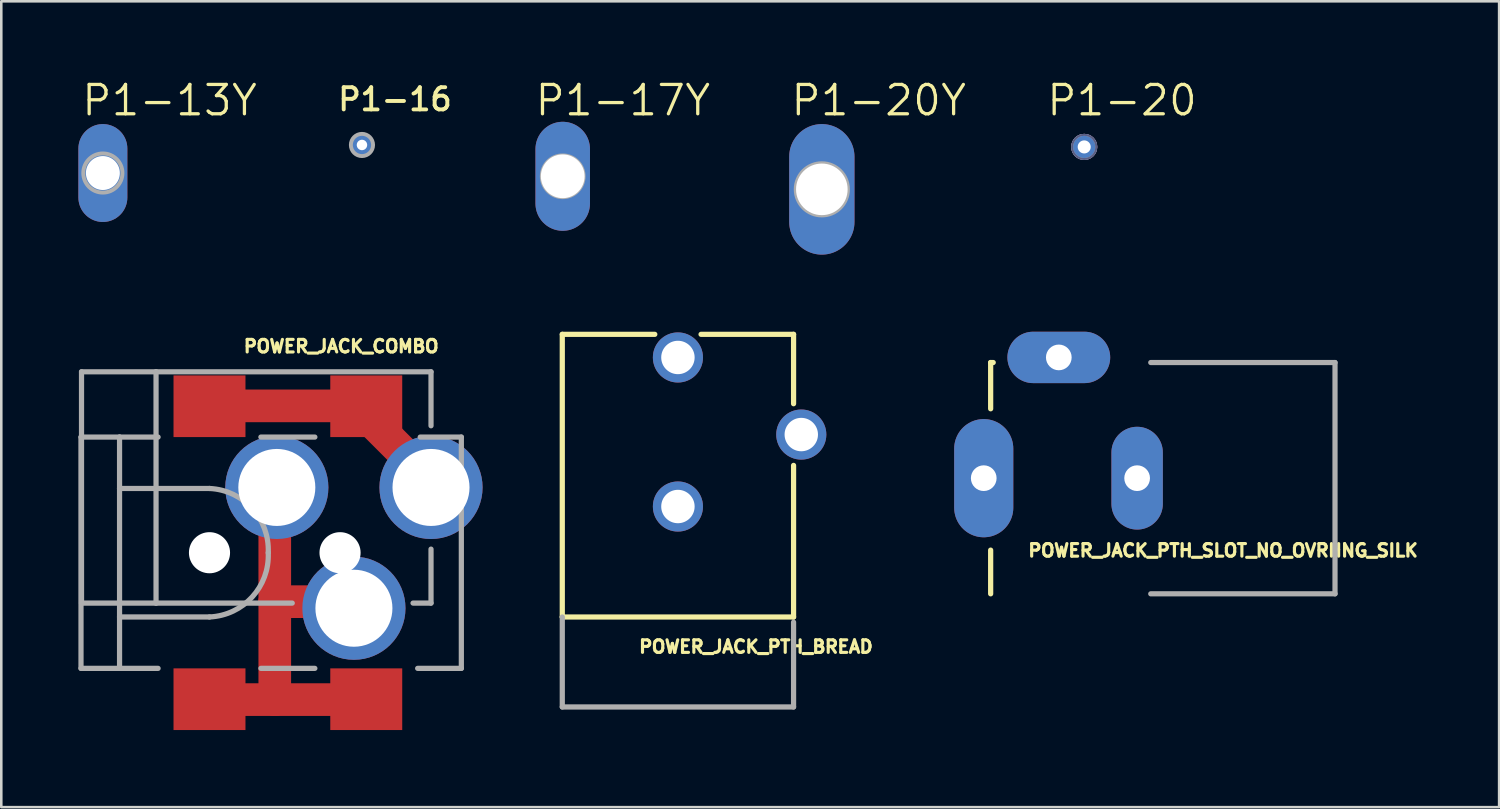
<source format=kicad_pcb>
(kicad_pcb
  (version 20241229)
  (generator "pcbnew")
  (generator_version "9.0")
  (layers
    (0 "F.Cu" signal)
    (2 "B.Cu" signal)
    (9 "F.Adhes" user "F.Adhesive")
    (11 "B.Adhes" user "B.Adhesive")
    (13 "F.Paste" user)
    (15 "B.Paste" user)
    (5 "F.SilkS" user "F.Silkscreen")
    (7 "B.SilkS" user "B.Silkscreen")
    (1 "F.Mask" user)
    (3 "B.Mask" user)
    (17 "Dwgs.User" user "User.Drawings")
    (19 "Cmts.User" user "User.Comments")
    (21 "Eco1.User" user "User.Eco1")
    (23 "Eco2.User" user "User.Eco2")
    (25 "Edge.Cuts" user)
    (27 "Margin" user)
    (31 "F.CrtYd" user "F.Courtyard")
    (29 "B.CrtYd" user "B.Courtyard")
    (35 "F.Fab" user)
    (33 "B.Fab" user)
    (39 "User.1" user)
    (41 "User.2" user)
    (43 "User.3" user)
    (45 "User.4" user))
  (footprint "POWER_JACK_PTH_BREAD"
    (layer "F.Cu")
    (at 23.33 24.56)
    (property "Reference" "POWER_JACK_PTH_BREAD" (at -1.575 -2.159 0) (unlocked yes) (layer "F.SilkS") (effects (font (size 0.488 0.488) (thickness 0.122)) (justify left bottom)))
    (fp_line (start -4.5 -14.6) (end -0.9 -14.6) (stroke (width 0.203) (type solid)) (layer "F.SilkS"))
    (fp_line (start -4.5 -3.6) (end -4.5 -14.6) (stroke (width 0.203) (type solid)) (layer "F.SilkS"))
    (fp_line (start -4.5 -3.6) (end 4.5 -3.6) (stroke (width 0.203) (type solid)) (layer "F.SilkS"))
    (fp_line (start 4.5 -14.6) (end 0.9 -14.6) (stroke (width 0.203) (type solid)) (layer "F.SilkS"))
    (fp_line (start 4.5 -14.6) (end 4.5 -11.9) (stroke (width 0.203) (type solid)) (layer "F.SilkS"))
    (fp_line (start 4.5 -3.6) (end 4.5 -9.5) (stroke (width 0.203) (type solid)) (layer "F.SilkS"))
    (fp_line (start -4.5 -3.6) (end -4.5 -0.1) (stroke (width 0.203) (type solid)) (layer "F.Fab"))
    (fp_line (start 4.5 -0.1) (end -4.5 -0.1) (stroke (width 0.203) (type solid)) (layer "F.Fab"))
    (fp_line (start 4.5 -0.1) (end 4.5 -3.4) (stroke (width 0.203) (type solid)) (layer "F.Fab"))
    (pad "GND" thru_hole circle (at 0 -7.9) (size 1.95 1.95) (drill 1.3) (layers "*.Cu" "*.Mask"))
    (pad "GNDBREAK" thru_hole circle (at 4.8 -10.7 90) (size 1.95 1.95) (drill 1.3) (layers "*.Cu" "*.Mask"))
    (pad "PWR" thru_hole circle (at 0 -13.7) (size 1.95 1.95) (drill 1.3) (layers "*.Cu" "*.Mask")))
  (footprint "P1-20"
    (layer "F.Cu")
    (at 39.14 2.667)
    (property "Reference" "P1-20" (at -1.524 -1.143 0) (unlocked yes) (layer "F.SilkS") (effects (font (size 1.143 1.143) (thickness 0.127)) (justify left bottom)))
    (fp_circle (center 0 0) (end 0.47 0) (stroke (width 0.076) (type solid)) (fill no) (layer "B.Fab"))
    (fp_circle (center 0 0) (end 0.47 0) (stroke (width 0.076) (type solid)) (fill no) (layer "F.Fab"))
    (pad "TP" thru_hole circle (at 0 0) (size 1.016 1.016) (drill 0.508) (layers "*.Cu" "*.Mask")))
  (footprint "POWER_JACK_PTH_SLOT_NO_OVRHNG_SILK"
    (layer "F.Cu")
    (at 41.199 15.557)
    (property "Reference" "POWER_JACK_PTH_SLOT_NO_OVRHNG_SILK" (at -4.3 3.1 0) (unlocked yes) (layer "F.SilkS") (effects (font (size 0.488 0.488) (thickness 0.122)) (justify left bottom)))
    (fp_line (start -5.7 -4.5) (end -5.7 -2.7) (stroke (width 0.203) (type solid)) (layer "F.SilkS"))
    (fp_line (start -5.7 -4.5) (end -5.6 -4.5) (stroke (width 0.203) (type solid)) (layer "F.SilkS"))
    (fp_line (start -5.7 4.5) (end -5.7 2.8) (stroke (width 0.203) (type solid)) (layer "F.SilkS"))
    (fp_line (start 0.53 4.5) (end 7.7 4.5) (stroke (width 0.203) (type solid)) (layer "F.Fab"))
    (fp_line (start 7.7 -4.5) (end 0.53 -4.5) (stroke (width 0.203) (type solid)) (layer "F.Fab"))
    (fp_line (start 7.7 -4.5) (end 7.7 4.5) (stroke (width 0.203) (type solid)) (layer "F.Fab"))
    (pad "GND" thru_hole oval (at 0 0 90) (size 4 2) (drill 1) (layers "*.Cu" "*.Mask"))
    (pad "GNDBREAK" thru_hole oval (at -3.048 -4.699 180) (size 4 2) (drill 1) (layers "*.Cu" "*.Mask"))
    (pad "PWR" thru_hole oval (at -5.969 0 90) (size 4.6 2.3) (drill 1) (layers "*.Cu" "*.Mask")))
  (footprint "P1-16"
    (layer "F.Cu")
    (at 11.035 2.591)
    (property "Reference" "P1-16" (at -1.016 -1.27 0) (unlocked yes) (layer "F.SilkS") (effects (font (size 0.864 0.864) (thickness 0.152)) (justify left bottom)))
    (fp_circle (center 0 0) (end 0.432 0) (stroke (width 0.152) (type solid)) (fill no) (layer "F.Fab"))
    (pad "TP" thru_hole circle (at 0 0 270) (size 0.914 0.914) (drill 0.406) (layers "*.Cu" "*.Mask")))
  (footprint "P1-20Y"
    (layer "F.Cu")
    (at 28.93 4.318)
    (property "Reference" "P1-20Y" (at -1.27 -2.794 0) (unlocked yes) (layer "F.SilkS") (effects (font (size 1.143 1.143) (thickness 0.127)) (justify left bottom)))
    (fp_circle (center 0 0) (end 1.016 0) (stroke (width 0.152) (type solid)) (fill no) (layer "F.Fab"))
    (fp_poly (pts (xy -0.33 0.33) (xy 0.33 0.33) (xy 0.33 -0.33) (xy -0.33 -0.33)) (stroke (width 0.1) (type default)) (fill no) (layer "F.Fab"))
    (pad "TP" thru_hole oval (at 0 0 90) (size 5.08 2.54) (drill 2.007) (layers "*.Cu" "*.Mask")))
  (footprint "P1-17Y"
    (layer "F.Cu")
    (at 18.847 3.81)
    (property "Reference" "P1-17Y" (at -1.143 -2.286 0) (unlocked yes) (layer "F.SilkS") (effects (font (size 1.143 1.143) (thickness 0.127)) (justify left bottom)))
    (fp_circle (center 0 0) (end 0.813 0) (stroke (width 0.152) (type solid)) (fill no) (layer "F.Fab"))
    (fp_poly (pts (xy -0.33 0.33) (xy 0.33 0.33) (xy 0.33 -0.33) (xy -0.33 -0.33)) (stroke (width 0.1) (type default)) (fill no) (layer "F.Fab"))
    (pad "TP" thru_hole oval (at 0 0 90) (size 4.242 2.121) (drill 1.702) (layers "*.Cu" "*.Mask")))
  (footprint "POWER_JACK_COMBO"
    (layer "F.Cu")
    (at 5.102 18.458)
    (property "Reference" "POWER_JACK_COMBO" (at 1.27 -7.747 0) (unlocked yes) (layer "F.SilkS") (effects (font (size 0.488 0.488) (thickness 0.122)) (justify left bottom)))
    (fp_line (start 0 -5.715) (end 6.35 -5.715) (stroke (width 1.27) (type solid)) (layer "F.Cu"))
    (fp_line (start 2.54 -2.54) (end 2.54 1.905) (stroke (width 1.27) (type solid)) (layer "F.Cu"))
    (fp_line (start 2.54 1.905) (end 2.54 5.715) (stroke (width 1.27) (type solid)) (layer "F.Cu"))
    (fp_line (start 2.54 5.715) (end 0 5.715) (stroke (width 1.27) (type solid)) (layer "F.Cu"))
    (fp_line (start 5.715 1.905) (end 2.54 1.905) (stroke (width 1.27) (type solid)) (layer "F.Cu"))
    (fp_line (start 6.35 -5.715) (end 6.35 -5.08) (stroke (width 1.27) (type solid)) (layer "F.Cu"))
    (fp_line (start 6.35 -5.08) (end 8.89 -2.54) (stroke (width 1.27) (type solid)) (layer "F.Cu"))
    (fp_line (start 6.35 5.715) (end 2.54 5.715) (stroke (width 1.27) (type solid)) (layer "F.Cu"))
    (fp_line (start -5 -4.5) (end -5 4.5) (stroke (width 0.203) (type solid)) (layer "F.Fab"))
    (fp_line (start -5 -4.5) (end -3.5 -4.5) (stroke (width 0.203) (type solid)) (layer "F.Fab"))
    (fp_line (start -4.98 1.96) (end -4.98 -7.04) (stroke (width 0.203) (type solid)) (layer "F.Fab"))
    (fp_line (start -4.98 1.96) (end -2.08 1.96) (stroke (width 0.203) (type solid)) (layer "F.Fab"))
    (fp_line (start -3.5 -4.5) (end -3.5 -2.5) (stroke (width 0.203) (type solid)) (layer "F.Fab"))
    (fp_line (start -3.5 -4.5) (end -2 -4.5) (stroke (width 0.203) (type solid)) (layer "F.Fab"))
    (fp_line (start -3.5 -2.5) (end -3.5 2.5) (stroke (width 0.203) (type solid)) (layer "F.Fab"))
    (fp_line (start -3.5 -2.5) (end 0 -2.5) (stroke (width 0.203) (type solid)) (layer "F.Fab"))
    (fp_line (start -3.5 2.5) (end -3.5 4.5) (stroke (width 0.203) (type solid)) (layer "F.Fab"))
    (fp_line (start -3.5 4.5) (end -5 4.5) (stroke (width 0.203) (type solid)) (layer "F.Fab"))
    (fp_line (start -2.08 -7.04) (end -4.98 -7.04) (stroke (width 0.203) (type solid)) (layer "F.Fab"))
    (fp_line (start -2.08 -7.04) (end -2.08 1.96) (stroke (width 0.203) (type solid)) (layer "F.Fab"))
    (fp_line (start -2.08 -7.04) (end 8.62 -7.04) (stroke (width 0.203) (type solid)) (layer "F.Fab"))
    (fp_line (start -2.08 1.96) (end 3.22 1.96) (stroke (width 0.203) (type solid)) (layer "F.Fab"))
    (fp_line (start -2 4.5) (end -3.5 4.5) (stroke (width 0.203) (type solid)) (layer "F.Fab"))
    (fp_line (start 0 2.5) (end -3.5 2.5) (stroke (width 0.203) (type solid)) (layer "F.Fab"))
    (fp_line (start 2 -4.5) (end 4.1 -4.5) (stroke (width 0.203) (type solid)) (layer "F.Fab"))
    (fp_line (start 4.1 4.5) (end 2 4.5) (stroke (width 0.203) (type solid)) (layer "F.Fab"))
    (fp_line (start 8.2 -4.5) (end 9.8 -4.5) (stroke (width 0.203) (type solid)) (layer "F.Fab"))
    (fp_line (start 8.62 -7.04) (end 8.62 -4.94) (stroke (width 0.203) (type solid)) (layer "F.Fab"))
    (fp_line (start 8.62 1.96) (end 7.92 1.96) (stroke (width 0.203) (type solid)) (layer "F.Fab"))
    (fp_line (start 8.62 1.96) (end 8.62 -0.14) (stroke (width 0.203) (type solid)) (layer "F.Fab"))
    (fp_line (start 9.8 -4.5) (end 9.8 4.5) (stroke (width 0.203) (type solid)) (layer "F.Fab"))
    (fp_line (start 9.8 4.5) (end 8.1 4.5) (stroke (width 0.203) (type solid)) (layer "F.Fab"))
    (fp_arc (start 0 -2.5) (mid 1.660768 -1.723446) (end 2.286001 0.000001) (stroke (width 0.2032) (type solid)) (layer "F.Fab"))
    (fp_arc (start 2.286 0) (mid 1.660766 1.723446) (end -0.000001 2.499999) (stroke (width 0.2032) (type solid)) (layer "F.Fab"))
    (pad "" np_thru_hole circle (at 0 0) (size 1.6 1.6) (drill 1.6) (layers "*.Cu" "*.Mask"))
    (pad "" np_thru_hole circle (at 5.08 0) (size 1.6 1.6) (drill 1.6) (layers "*.Cu" "*.Mask"))
    (pad "GND" thru_hole circle (at 5.62 2.16) (size 4.013 4.013) (drill 2.997) (layers "*.Cu" "*.Mask"))
    (pad "GND@1" thru_hole circle (at 2.62 -2.54 270) (size 4.013 4.013) (drill 2.997) (layers "*.Cu" "*.Mask"))
    (pad "GND@3" smd rect (at 0 5.7) (size 2.8 2.4) (layers "F.Cu" "F.Mask" "F.Paste"))
    (pad "GND@4" smd rect (at 6.1 5.7) (size 2.8 2.4) (layers "F.Cu" "F.Mask" "F.Paste"))
    (pad "POWER" thru_hole circle (at 8.62 -2.54 270) (size 4.013 4.013) (drill 2.997) (layers "*.Cu" "*.Mask"))
    (pad "POWER@1" smd rect (at 0 -5.7) (size 2.8 2.4) (layers "F.Cu" "F.Mask" "F.Paste"))
    (pad "POWER@2" smd rect (at 6.1 -5.7) (size 2.8 2.4) (layers "F.Cu" "F.Mask" "F.Paste")))
  (footprint "P1-13Y"
    (layer "F.Cu")
    (at 0.953 3.683)
    (property "Reference" "P1-13Y" (at -0.889 -2.159 0) (unlocked yes) (layer "F.SilkS") (effects (font (size 1.143 1.143) (thickness 0.127)) (justify left bottom)))
    (fp_circle (center 0 0) (end 0.762 0) (stroke (width 0.152) (type solid)) (fill no) (layer "F.Fab"))
    (fp_poly (pts (xy -0.33 0.33) (xy 0.33 0.33) (xy 0.33 -0.33) (xy -0.33 -0.33)) (stroke (width 0.1) (type default)) (fill no) (layer "F.Fab"))
    (pad "TP" thru_hole oval (at 0 0 90) (size 3.81 1.905) (drill 1.321) (layers "*.Cu" "*.Mask")))
  (gr_rect
    (start -3 -3)
    (end 55.285 28.358)
    (stroke (width 0.1) (type default))
    (fill no)
    (layer "Edge.Cuts")))
</source>
